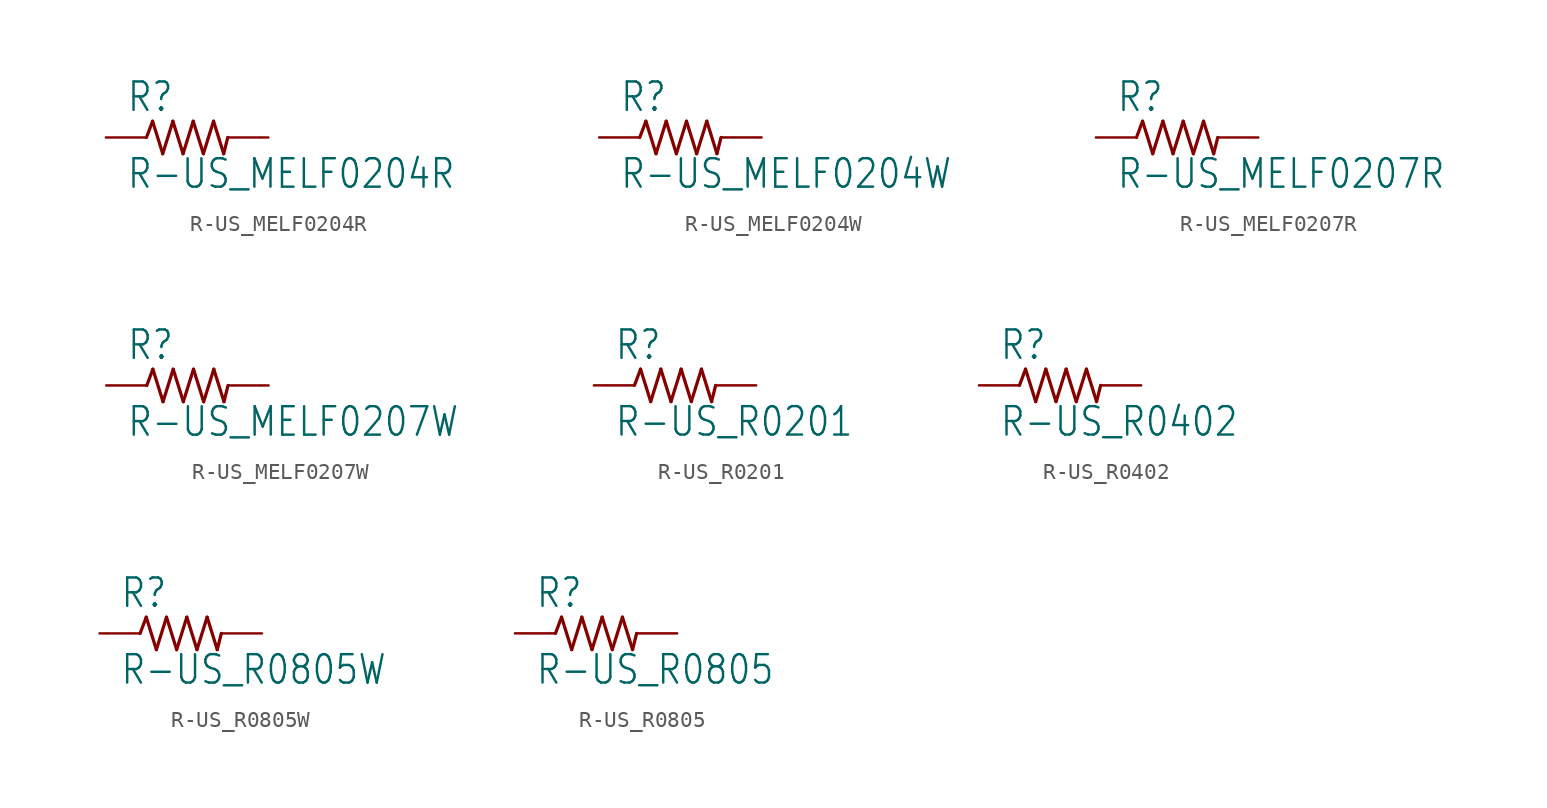
<source format=kicad_sym>
(kicad_symbol_lib
  (version 20201005)
  (generator kicad_symbol_editor)
  (symbol "R-US_MELF0204R"
    (property "Reference" "R"
      (at -3.81 1.499 0)
      (effects (font (size 1.778 1.511)) (justify left bottom)))
    (property "Value" "R-US_MELF0204R"
      (at -3.81 -3.302 0)
      (effects (font (size 1.778 1.511)) (justify left bottom)))
    (property "ki_locked" ""
      (at 0 0 0)
      (effects (font (size 1.27 1.27))))
    (symbol "R-US_MELF0204R_1_0"
      (polyline (pts (xy -2.54 0) (xy -2.159 1.016)) (stroke (width 0.203)) (fill (type none)))
      (polyline (pts (xy -2.159 1.016) (xy -1.524 -1.016)) (stroke (width 0.203)) (fill (type none)))
      (polyline (pts (xy -1.524 -1.016) (xy -0.889 1.016)) (stroke (width 0.203)) (fill (type none)))
      (polyline (pts (xy -0.889 1.016) (xy -0.254 -1.016)) (stroke (width 0.203)) (fill (type none)))
      (polyline (pts (xy -0.254 -1.016) (xy 0.381 1.016)) (stroke (width 0.203)) (fill (type none)))
      (polyline (pts (xy 0.381 1.016) (xy 1.016 -1.016)) (stroke (width 0.203)) (fill (type none)))
      (polyline (pts (xy 1.016 -1.016) (xy 1.651 1.016)) (stroke (width 0.203)) (fill (type none)))
      (polyline (pts (xy 1.651 1.016) (xy 2.286 -1.016)) (stroke (width 0.203)) (fill (type none)))
      (polyline (pts (xy 2.286 -1.016) (xy 2.54 0)) (stroke (width 0.203)) (fill (type none)))
      (pin passive line (at 5.08 0 180) (length 2.54) (name "2" (effects (font (size 0 0)))) (number "2" (effects (font (size 0 0)))))
      (pin passive line (at -5.08 0 0) (length 2.54) (name "1" (effects (font (size 0 0)))) (number "1" (effects (font (size 0 0)))))))
  (symbol "R-US_MELF0204W"
    (property "Reference" "R"
      (at -3.81 1.499 0)
      (effects (font (size 1.778 1.511)) (justify left bottom)))
    (property "Value" "R-US_MELF0204W"
      (at -3.81 -3.302 0)
      (effects (font (size 1.778 1.511)) (justify left bottom)))
    (property "ki_locked" ""
      (at 0 0 0)
      (effects (font (size 1.27 1.27))))
    (symbol "R-US_MELF0204W_1_0"
      (polyline (pts (xy -2.54 0) (xy -2.159 1.016)) (stroke (width 0.203)) (fill (type none)))
      (polyline (pts (xy -2.159 1.016) (xy -1.524 -1.016)) (stroke (width 0.203)) (fill (type none)))
      (polyline (pts (xy -1.524 -1.016) (xy -0.889 1.016)) (stroke (width 0.203)) (fill (type none)))
      (polyline (pts (xy -0.889 1.016) (xy -0.254 -1.016)) (stroke (width 0.203)) (fill (type none)))
      (polyline (pts (xy -0.254 -1.016) (xy 0.381 1.016)) (stroke (width 0.203)) (fill (type none)))
      (polyline (pts (xy 0.381 1.016) (xy 1.016 -1.016)) (stroke (width 0.203)) (fill (type none)))
      (polyline (pts (xy 1.016 -1.016) (xy 1.651 1.016)) (stroke (width 0.203)) (fill (type none)))
      (polyline (pts (xy 1.651 1.016) (xy 2.286 -1.016)) (stroke (width 0.203)) (fill (type none)))
      (polyline (pts (xy 2.286 -1.016) (xy 2.54 0)) (stroke (width 0.203)) (fill (type none)))
      (pin passive line (at 5.08 0 180) (length 2.54) (name "2" (effects (font (size 0 0)))) (number "2" (effects (font (size 0 0)))))
      (pin passive line (at -5.08 0 0) (length 2.54) (name "1" (effects (font (size 0 0)))) (number "1" (effects (font (size 0 0)))))))
  (symbol "R-US_MELF0207R"
    (property "Reference" "R"
      (at -3.81 1.499 0)
      (effects (font (size 1.778 1.511)) (justify left bottom)))
    (property "Value" "R-US_MELF0207R"
      (at -3.81 -3.302 0)
      (effects (font (size 1.778 1.511)) (justify left bottom)))
    (property "ki_locked" ""
      (at 0 0 0)
      (effects (font (size 1.27 1.27))))
    (symbol "R-US_MELF0207R_1_0"
      (polyline (pts (xy -2.54 0) (xy -2.159 1.016)) (stroke (width 0.203)) (fill (type none)))
      (polyline (pts (xy -2.159 1.016) (xy -1.524 -1.016)) (stroke (width 0.203)) (fill (type none)))
      (polyline (pts (xy -1.524 -1.016) (xy -0.889 1.016)) (stroke (width 0.203)) (fill (type none)))
      (polyline (pts (xy -0.889 1.016) (xy -0.254 -1.016)) (stroke (width 0.203)) (fill (type none)))
      (polyline (pts (xy -0.254 -1.016) (xy 0.381 1.016)) (stroke (width 0.203)) (fill (type none)))
      (polyline (pts (xy 0.381 1.016) (xy 1.016 -1.016)) (stroke (width 0.203)) (fill (type none)))
      (polyline (pts (xy 1.016 -1.016) (xy 1.651 1.016)) (stroke (width 0.203)) (fill (type none)))
      (polyline (pts (xy 1.651 1.016) (xy 2.286 -1.016)) (stroke (width 0.203)) (fill (type none)))
      (polyline (pts (xy 2.286 -1.016) (xy 2.54 0)) (stroke (width 0.203)) (fill (type none)))
      (pin passive line (at 5.08 0 180) (length 2.54) (name "2" (effects (font (size 0 0)))) (number "2" (effects (font (size 0 0)))))
      (pin passive line (at -5.08 0 0) (length 2.54) (name "1" (effects (font (size 0 0)))) (number "1" (effects (font (size 0 0)))))))
  (symbol "R-US_MELF0207W"
    (property "Reference" "R"
      (at -3.81 1.499 0)
      (effects (font (size 1.778 1.511)) (justify left bottom)))
    (property "Value" "R-US_MELF0207W"
      (at -3.81 -3.302 0)
      (effects (font (size 1.778 1.511)) (justify left bottom)))
    (property "ki_locked" ""
      (at 0 0 0)
      (effects (font (size 1.27 1.27))))
    (symbol "R-US_MELF0207W_1_0"
      (polyline (pts (xy -2.54 0) (xy -2.159 1.016)) (stroke (width 0.203)) (fill (type none)))
      (polyline (pts (xy -2.159 1.016) (xy -1.524 -1.016)) (stroke (width 0.203)) (fill (type none)))
      (polyline (pts (xy -1.524 -1.016) (xy -0.889 1.016)) (stroke (width 0.203)) (fill (type none)))
      (polyline (pts (xy -0.889 1.016) (xy -0.254 -1.016)) (stroke (width 0.203)) (fill (type none)))
      (polyline (pts (xy -0.254 -1.016) (xy 0.381 1.016)) (stroke (width 0.203)) (fill (type none)))
      (polyline (pts (xy 0.381 1.016) (xy 1.016 -1.016)) (stroke (width 0.203)) (fill (type none)))
      (polyline (pts (xy 1.016 -1.016) (xy 1.651 1.016)) (stroke (width 0.203)) (fill (type none)))
      (polyline (pts (xy 1.651 1.016) (xy 2.286 -1.016)) (stroke (width 0.203)) (fill (type none)))
      (polyline (pts (xy 2.286 -1.016) (xy 2.54 0)) (stroke (width 0.203)) (fill (type none)))
      (pin passive line (at 5.08 0 180) (length 2.54) (name "2" (effects (font (size 0 0)))) (number "2" (effects (font (size 0 0)))))
      (pin passive line (at -5.08 0 0) (length 2.54) (name "1" (effects (font (size 0 0)))) (number "1" (effects (font (size 0 0)))))))
  (symbol "R-US_R0201"
    (property "Reference" "R"
      (at -3.81 1.499 0)
      (effects (font (size 1.778 1.511)) (justify left bottom)))
    (property "Value" "R-US_R0201"
      (at -3.81 -3.302 0)
      (effects (font (size 1.778 1.511)) (justify left bottom)))
    (property "ki_locked" ""
      (at 0 0 0)
      (effects (font (size 1.27 1.27))))
    (symbol "R-US_R0201_1_0"
      (polyline (pts (xy -2.54 0) (xy -2.159 1.016)) (stroke (width 0.203)) (fill (type none)))
      (polyline (pts (xy -2.159 1.016) (xy -1.524 -1.016)) (stroke (width 0.203)) (fill (type none)))
      (polyline (pts (xy -1.524 -1.016) (xy -0.889 1.016)) (stroke (width 0.203)) (fill (type none)))
      (polyline (pts (xy -0.889 1.016) (xy -0.254 -1.016)) (stroke (width 0.203)) (fill (type none)))
      (polyline (pts (xy -0.254 -1.016) (xy 0.381 1.016)) (stroke (width 0.203)) (fill (type none)))
      (polyline (pts (xy 0.381 1.016) (xy 1.016 -1.016)) (stroke (width 0.203)) (fill (type none)))
      (polyline (pts (xy 1.016 -1.016) (xy 1.651 1.016)) (stroke (width 0.203)) (fill (type none)))
      (polyline (pts (xy 1.651 1.016) (xy 2.286 -1.016)) (stroke (width 0.203)) (fill (type none)))
      (polyline (pts (xy 2.286 -1.016) (xy 2.54 0)) (stroke (width 0.203)) (fill (type none)))
      (pin passive line (at 5.08 0 180) (length 2.54) (name "2" (effects (font (size 0 0)))) (number "2" (effects (font (size 0 0)))))
      (pin passive line (at -5.08 0 0) (length 2.54) (name "1" (effects (font (size 0 0)))) (number "1" (effects (font (size 0 0)))))))
  (symbol "R-US_R0402"
    (property "Reference" "R"
      (at -3.81 1.499 0)
      (effects (font (size 1.778 1.511)) (justify left bottom)))
    (property "Value" "R-US_R0402"
      (at -3.81 -3.302 0)
      (effects (font (size 1.778 1.511)) (justify left bottom)))
    (property "ki_locked" ""
      (at 0 0 0)
      (effects (font (size 1.27 1.27))))
    (symbol "R-US_R0402_1_0"
      (polyline (pts (xy -2.54 0) (xy -2.159 1.016)) (stroke (width 0.203)) (fill (type none)))
      (polyline (pts (xy -2.159 1.016) (xy -1.524 -1.016)) (stroke (width 0.203)) (fill (type none)))
      (polyline (pts (xy -1.524 -1.016) (xy -0.889 1.016)) (stroke (width 0.203)) (fill (type none)))
      (polyline (pts (xy -0.889 1.016) (xy -0.254 -1.016)) (stroke (width 0.203)) (fill (type none)))
      (polyline (pts (xy -0.254 -1.016) (xy 0.381 1.016)) (stroke (width 0.203)) (fill (type none)))
      (polyline (pts (xy 0.381 1.016) (xy 1.016 -1.016)) (stroke (width 0.203)) (fill (type none)))
      (polyline (pts (xy 1.016 -1.016) (xy 1.651 1.016)) (stroke (width 0.203)) (fill (type none)))
      (polyline (pts (xy 1.651 1.016) (xy 2.286 -1.016)) (stroke (width 0.203)) (fill (type none)))
      (polyline (pts (xy 2.286 -1.016) (xy 2.54 0)) (stroke (width 0.203)) (fill (type none)))
      (pin passive line (at 5.08 0 180) (length 2.54) (name "2" (effects (font (size 0 0)))) (number "2" (effects (font (size 0 0)))))
      (pin passive line (at -5.08 0 0) (length 2.54) (name "1" (effects (font (size 0 0)))) (number "1" (effects (font (size 0 0)))))))
  (symbol "R-US_R0805W"
    (property "Reference" "R"
      (at -3.81 1.499 0)
      (effects (font (size 1.778 1.511)) (justify left bottom)))
    (property "Value" "R-US_R0805W"
      (at -3.81 -3.302 0)
      (effects (font (size 1.778 1.511)) (justify left bottom)))
    (property "ki_locked" ""
      (at 0 0 0)
      (effects (font (size 1.27 1.27))))
    (symbol "R-US_R0805W_1_0"
      (polyline (pts (xy -2.54 0) (xy -2.159 1.016)) (stroke (width 0.203)) (fill (type none)))
      (polyline (pts (xy -2.159 1.016) (xy -1.524 -1.016)) (stroke (width 0.203)) (fill (type none)))
      (polyline (pts (xy -1.524 -1.016) (xy -0.889 1.016)) (stroke (width 0.203)) (fill (type none)))
      (polyline (pts (xy -0.889 1.016) (xy -0.254 -1.016)) (stroke (width 0.203)) (fill (type none)))
      (polyline (pts (xy -0.254 -1.016) (xy 0.381 1.016)) (stroke (width 0.203)) (fill (type none)))
      (polyline (pts (xy 0.381 1.016) (xy 1.016 -1.016)) (stroke (width 0.203)) (fill (type none)))
      (polyline (pts (xy 1.016 -1.016) (xy 1.651 1.016)) (stroke (width 0.203)) (fill (type none)))
      (polyline (pts (xy 1.651 1.016) (xy 2.286 -1.016)) (stroke (width 0.203)) (fill (type none)))
      (polyline (pts (xy 2.286 -1.016) (xy 2.54 0)) (stroke (width 0.203)) (fill (type none)))
      (pin passive line (at 5.08 0 180) (length 2.54) (name "2" (effects (font (size 0 0)))) (number "2" (effects (font (size 0 0)))))
      (pin passive line (at -5.08 0 0) (length 2.54) (name "1" (effects (font (size 0 0)))) (number "1" (effects (font (size 0 0)))))))
  (symbol "R-US_R0805"
    (property "Reference" "R"
      (at -3.81 1.499 0)
      (effects (font (size 1.778 1.511)) (justify left bottom)))
    (property "Value" "R-US_R0805"
      (at -3.81 -3.302 0)
      (effects (font (size 1.778 1.511)) (justify left bottom)))
    (property "ki_locked" ""
      (at 0 0 0)
      (effects (font (size 1.27 1.27))))
    (symbol "R-US_R0805_1_0"
      (polyline (pts (xy -2.54 0) (xy -2.159 1.016)) (stroke (width 0.203)) (fill (type none)))
      (polyline (pts (xy -2.159 1.016) (xy -1.524 -1.016)) (stroke (width 0.203)) (fill (type none)))
      (polyline (pts (xy -1.524 -1.016) (xy -0.889 1.016)) (stroke (width 0.203)) (fill (type none)))
      (polyline (pts (xy -0.889 1.016) (xy -0.254 -1.016)) (stroke (width 0.203)) (fill (type none)))
      (polyline (pts (xy -0.254 -1.016) (xy 0.381 1.016)) (stroke (width 0.203)) (fill (type none)))
      (polyline (pts (xy 0.381 1.016) (xy 1.016 -1.016)) (stroke (width 0.203)) (fill (type none)))
      (polyline (pts (xy 1.016 -1.016) (xy 1.651 1.016)) (stroke (width 0.203)) (fill (type none)))
      (polyline (pts (xy 1.651 1.016) (xy 2.286 -1.016)) (stroke (width 0.203)) (fill (type none)))
      (polyline (pts (xy 2.286 -1.016) (xy 2.54 0)) (stroke (width 0.203)) (fill (type none)))
      (pin passive line (at 5.08 0 180) (length 2.54) (name "2" (effects (font (size 0 0)))) (number "2" (effects (font (size 0 0)))))
      (pin passive line (at -5.08 0 0) (length 2.54) (name "1" (effects (font (size 0 0)))) (number "1" (effects (font (size 0 0))))))))
</source>
